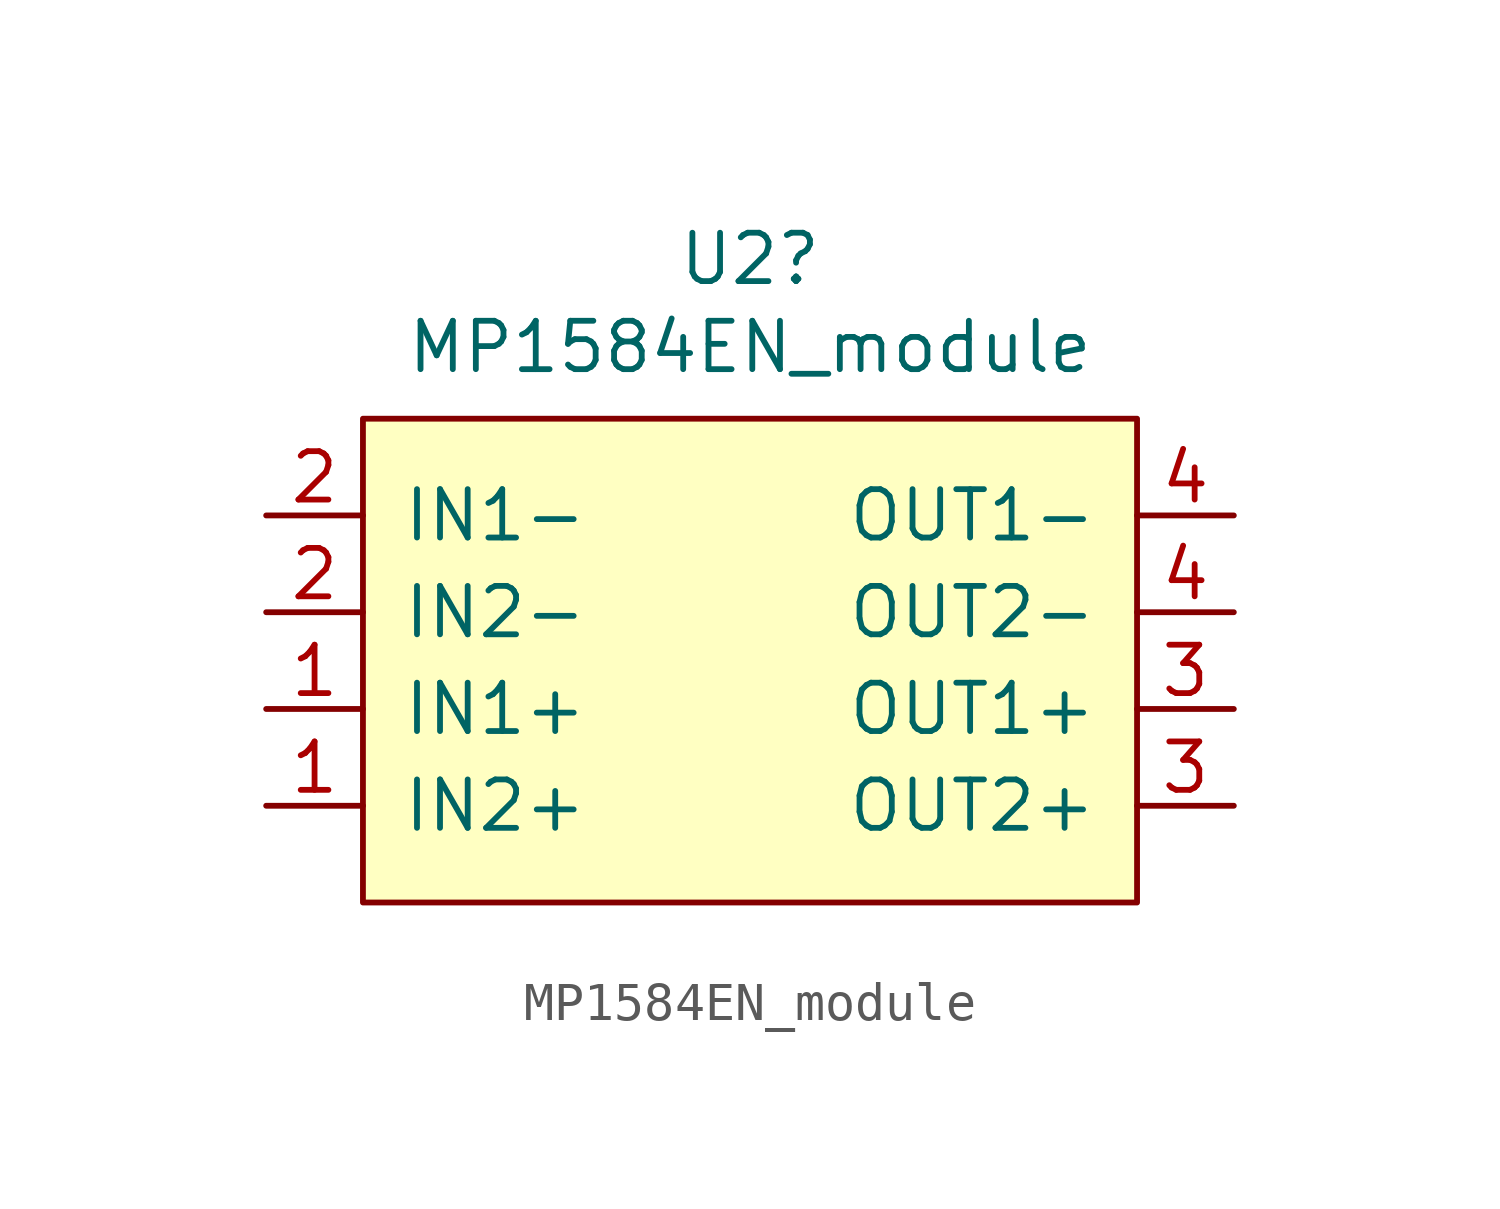
<source format=kicad_sym>
(kicad_symbol_lib
  (version 20211014)
  (generator kicad_symbol_editor)
  (symbol "MP1584EN_module"
    (pin_names
      (offset 1.016))
    (property "Reference" "U2"
      (at 11.43 -2.159 0)
      (effects (font (size 1.27 1.27))))
    (property "Value" "MP1584EN_module"
      (at 11.43 -4.47 0)
      (effects (font (size 1.27 1.27))))
    (symbol "MP1584EN_module_0_1"
      (rectangle (start 1.27 -6.35) (end 21.59 -19.05) (stroke (width 0) (type default) (color 0 0 0 0)) (fill (type background))))
    (symbol "MP1584EN_module_1_1"
      (pin input line (at -1.27 -13.97 0) (length 2.54) (name "IN1+" (effects (font (size 1.27 1.27)))) (number "1" (effects (font (size 1.27 1.27)))))
      (pin input line (at -1.27 -16.51 0) (length 2.54) (name "IN2+" (effects (font (size 1.27 1.27)))) (number "1" (effects (font (size 1.27 1.27)))))
      (pin input line (at -1.27 -8.89 0) (length 2.54) (name "IN1-" (effects (font (size 1.27 1.27)))) (number "2" (effects (font (size 1.27 1.27)))))
      (pin input line (at -1.27 -11.43 0) (length 2.54) (name "IN2-" (effects (font (size 1.27 1.27)))) (number "2" (effects (font (size 1.27 1.27)))))
      (pin input line (at 24.13 -13.97 180) (length 2.54) (name "OUT1+" (effects (font (size 1.27 1.27)))) (number "3" (effects (font (size 1.27 1.27)))))
      (pin input line (at 24.13 -16.51 180) (length 2.54) (name "OUT2+" (effects (font (size 1.27 1.27)))) (number "3" (effects (font (size 1.27 1.27)))))
      (pin input line (at 24.13 -8.89 180) (length 2.54) (name "OUT1-" (effects (font (size 1.27 1.27)))) (number "4" (effects (font (size 1.27 1.27)))))
      (pin input line (at 24.13 -11.43 180) (length 2.54) (name "OUT2-" (effects (font (size 1.27 1.27)))) (number "4" (effects (font (size 1.27 1.27))))))))
</source>
